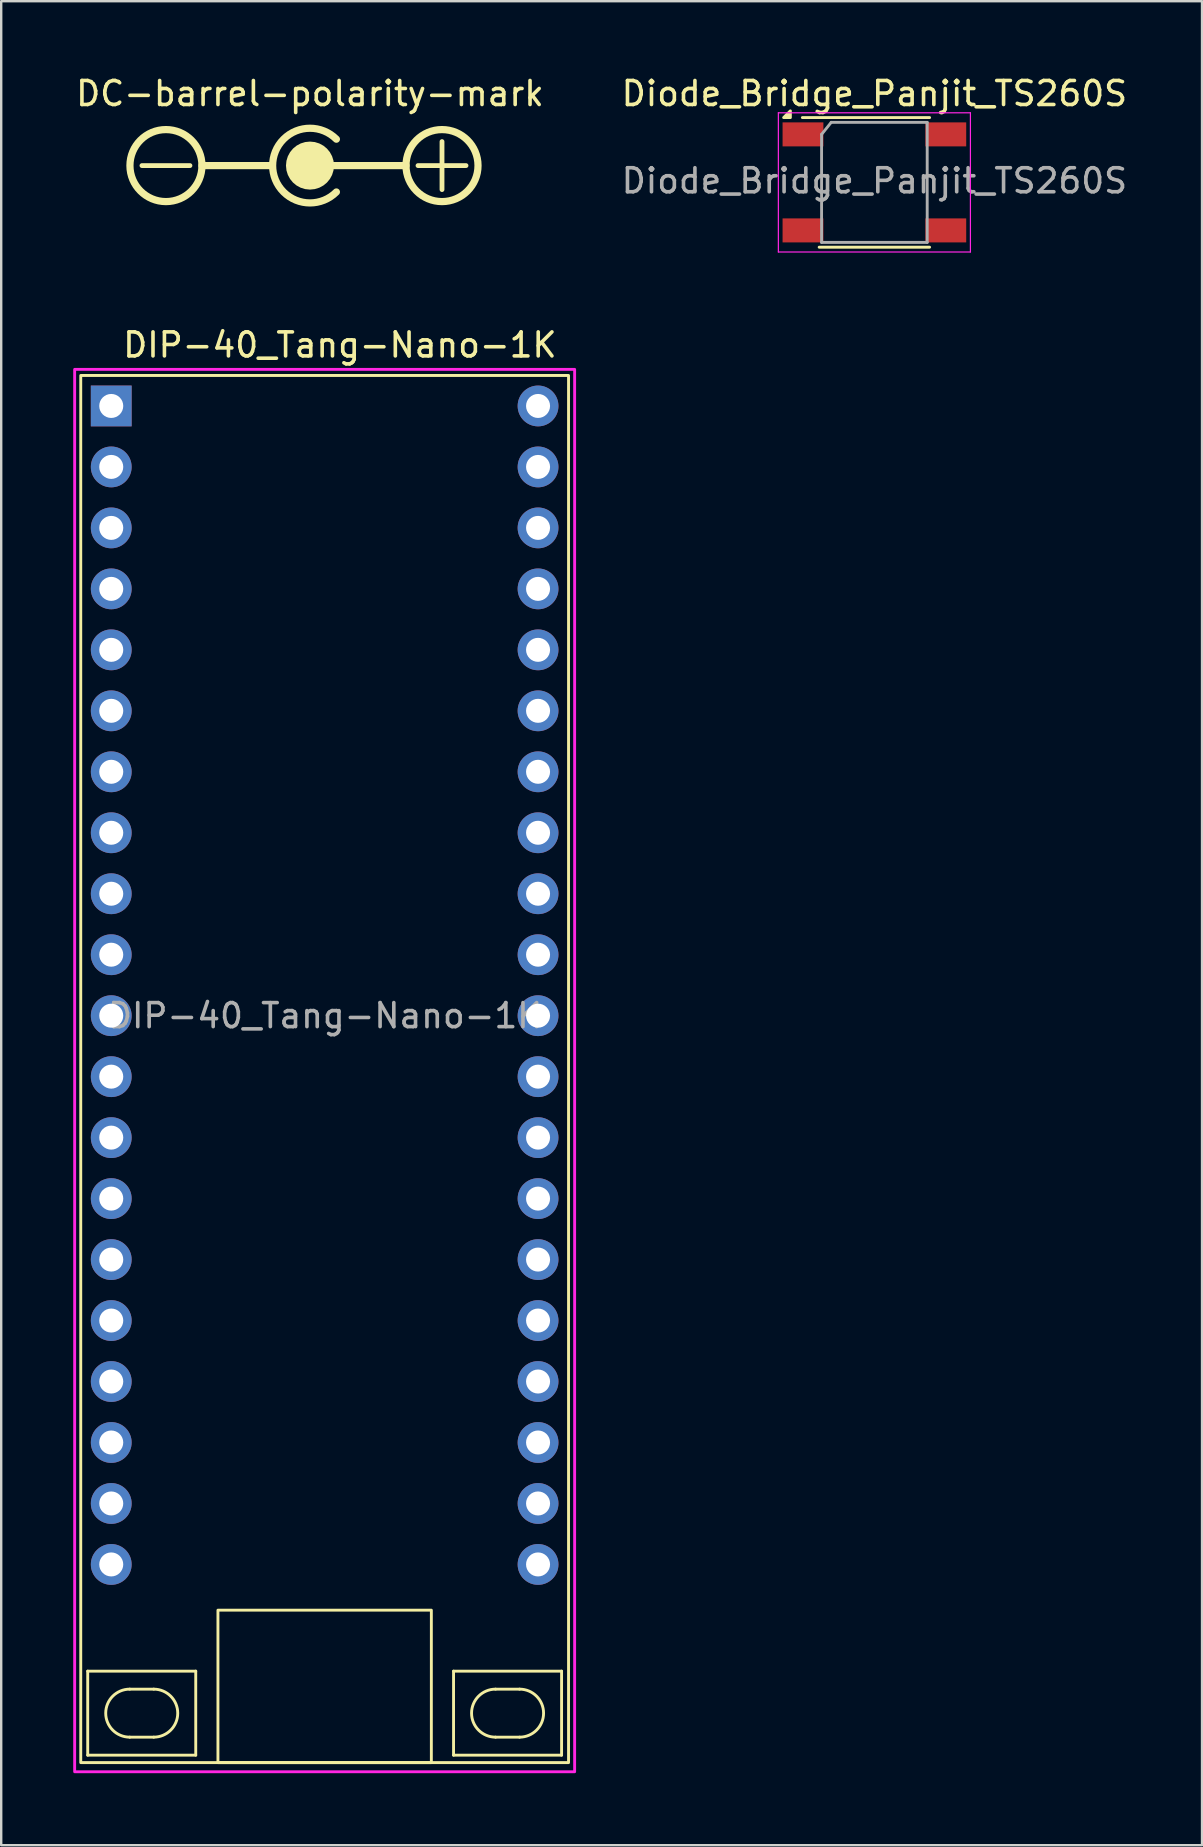
<source format=kicad_pcb>
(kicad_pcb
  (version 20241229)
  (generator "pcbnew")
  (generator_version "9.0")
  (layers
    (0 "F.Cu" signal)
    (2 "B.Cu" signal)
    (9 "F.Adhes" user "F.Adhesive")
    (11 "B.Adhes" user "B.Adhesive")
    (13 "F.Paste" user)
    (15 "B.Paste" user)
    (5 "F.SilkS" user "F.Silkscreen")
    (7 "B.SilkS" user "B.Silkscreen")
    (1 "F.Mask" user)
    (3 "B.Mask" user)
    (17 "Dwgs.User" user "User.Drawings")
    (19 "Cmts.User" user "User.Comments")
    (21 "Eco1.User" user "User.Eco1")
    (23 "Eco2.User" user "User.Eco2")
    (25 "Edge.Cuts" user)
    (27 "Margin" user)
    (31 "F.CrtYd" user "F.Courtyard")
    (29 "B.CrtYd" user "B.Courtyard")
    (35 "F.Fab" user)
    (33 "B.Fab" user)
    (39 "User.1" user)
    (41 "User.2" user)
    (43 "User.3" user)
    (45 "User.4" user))
  (footprint "Diode_Bridge_Panjit_TS260S"
    (layer "F.Cu")
    (at 33.375 4.548)
    (property "Reference" "Diode_Bridge_Panjit_TS260S" (at 0 -3.7 0) (layer "F.SilkS") (effects (font (size 1 1) (thickness 0.15))))
    (attr smd)
    (fp_line (start 2.3 -2.7) (end -3 -2.7) (stroke (width 0.12) (type solid)) (layer "F.SilkS"))
    (fp_line (start 2.3 2.7) (end -2.3 2.7) (stroke (width 0.12) (type solid)) (layer "F.SilkS"))
    (fp_poly (pts (xy -3.5 -2.7) (xy -3.78 -2.7) (xy -3.5 -2.98) (xy -3.5 -2.7)) (stroke (width 0.12) (type solid)) (fill yes) (layer "F.SilkS"))
    (fp_line (start -4 -2.9) (end -4 2.9) (stroke (width 0.05) (type solid)) (layer "F.CrtYd"))
    (fp_line (start -4 -2.9) (end 4 -2.9) (stroke (width 0.05) (type solid)) (layer "F.CrtYd"))
    (fp_line (start 4 2.9) (end -4 2.9) (stroke (width 0.05) (type solid)) (layer "F.CrtYd"))
    (fp_line (start 4 2.9) (end 4 -2.9) (stroke (width 0.05) (type solid)) (layer "F.CrtYd"))
    (fp_line (start -2.2 -2) (end -2.2 2.5) (stroke (width 0.12) (type solid)) (layer "F.Fab"))
    (fp_line (start -2.2 2.5) (end 2.2 2.5) (stroke (width 0.12) (type solid)) (layer "F.Fab"))
    (fp_line (start -1.8 -2.5) (end -2.2 -2) (stroke (width 0.12) (type solid)) (layer "F.Fab"))
    (fp_line (start 2.2 -2.5) (end -1.8 -2.5) (stroke (width 0.12) (type solid)) (layer "F.Fab"))
    (fp_line (start 2.2 2.5) (end 2.2 -2.5) (stroke (width 0.12) (type solid)) (layer "F.Fab"))
    (fp_text user "${REFERENCE}" (at 0 -0.065 0) (layer "F.Fab") (effects (font (size 1 1) (thickness 0.15))))
    (pad "1" smd rect (at -2.975 -2) (size 1.7 1) (layers "F.Cu" "F.Mask" "F.Paste"))
    (pad "2" smd rect (at -2.975 2) (size 1.7 1) (layers "F.Cu" "F.Mask" "F.Paste"))
    (pad "3" smd rect (at 2.975 2) (size 1.7 1) (layers "F.Cu" "F.Mask" "F.Paste"))
    (pad "4" smd rect (at 2.975 -2) (size 1.7 1) (layers "F.Cu" "F.Mask" "F.Paste")))
  (footprint "DC-barrel-polarity-mark"
    (layer "F.Cu")
    (at 9.863 3.848)
    (property "Reference" "DC-barrel-polarity-mark" (at 0 -3 0) (unlocked yes) (layer "F.SilkS") (effects (font (size 1 1) (thickness 0.15))))
    (attr smd)
    (fp_line (start -7 0) (end -5 0) (stroke (width 0.2) (type solid)) (layer "F.SilkS"))
    (fp_line (start -4.5 0) (end -1.6 0) (stroke (width 0.3) (type solid)) (layer "F.SilkS"))
    (fp_line (start 0 0) (end 4 0) (stroke (width 0.3) (type solid)) (layer "F.SilkS"))
    (fp_line (start 4.5 0) (end 6.5 0) (stroke (width 0.2) (type solid)) (layer "F.SilkS"))
    (fp_line (start 5.5 -1) (end 5.5 1) (stroke (width 0.2) (type solid)) (layer "F.SilkS"))
    (fp_arc (start 1.1 1.1) (mid -1.555635 0) (end 1.1 -1.1) (stroke (width 0.3) (type solid)) (layer "F.SilkS"))
    (fp_circle (center -6 0) (end -4.5 0) (stroke (width 0.3) (type solid)) (fill no) (layer "F.SilkS"))
    (fp_circle (center 0 0) (end 0.5 0) (stroke (width 1) (type solid)) (fill no) (layer "F.SilkS"))
    (fp_circle (center 5.5 0) (end 7 0) (stroke (width 0.3) (type solid)) (fill no) (layer "F.SilkS")))
  (footprint "DIP-40_Tang-Nano-1K"
    (layer "F.Cu")
    (at 1.584 13.861)
    (property "Reference" "DIP-40_Tang-Nano-1K" (at 9.525 -2.54 0) (layer "F.SilkS") (effects (font (size 1 1) (thickness 0.15))))
    (attr through_hole)
    (fp_line (start -0.98 52.705) (end -0.98 56.205) (stroke (width 0.12) (type solid)) (layer "F.SilkS"))
    (fp_line (start -0.98 56.205) (end 3.52 56.205) (stroke (width 0.12) (type solid)) (layer "F.SilkS"))
    (fp_line (start 0.77 53.455) (end 1.77 53.455) (stroke (width 0.12) (type solid)) (layer "F.SilkS"))
    (fp_line (start 1.77 55.455) (end 0.77 55.455) (stroke (width 0.12) (type solid)) (layer "F.SilkS"))
    (fp_line (start 3.52 52.705) (end -0.98 52.705) (stroke (width 0.12) (type solid)) (layer "F.SilkS"))
    (fp_line (start 3.52 56.205) (end 3.52 52.705) (stroke (width 0.12) (type solid)) (layer "F.SilkS"))
    (fp_line (start 14.26 52.705) (end 14.26 56.205) (stroke (width 0.12) (type solid)) (layer "F.SilkS"))
    (fp_line (start 14.26 56.205) (end 18.76 56.205) (stroke (width 0.12) (type solid)) (layer "F.SilkS"))
    (fp_line (start 16.01 53.455) (end 17.01 53.455) (stroke (width 0.12) (type solid)) (layer "F.SilkS"))
    (fp_line (start 17.01 55.455) (end 16.01 55.455) (stroke (width 0.12) (type solid)) (layer "F.SilkS"))
    (fp_line (start 18.76 52.705) (end 14.26 52.705) (stroke (width 0.12) (type solid)) (layer "F.SilkS"))
    (fp_line (start 18.76 56.205) (end 18.76 52.705) (stroke (width 0.12) (type solid)) (layer "F.SilkS"))
    (fp_rect (start -1.27 -1.27) (end 19.05 56.515) (stroke (width 0.12) (type default)) (fill no) (layer "F.SilkS"))
    (fp_rect (start 4.445 50.165) (end 13.335 56.515) (stroke (width 0.12) (type default)) (fill no) (layer "F.SilkS"))
    (fp_arc (start 0.77 55.455) (mid -0.23 54.455) (end 0.77 53.455) (stroke (width 0.12) (type solid)) (layer "F.SilkS"))
    (fp_arc (start 1.77 53.455) (mid 2.77 54.455) (end 1.77 55.455) (stroke (width 0.12) (type solid)) (layer "F.SilkS"))
    (fp_arc (start 16.01 55.455) (mid 15.01 54.455) (end 16.01 53.455) (stroke (width 0.12) (type solid)) (layer "F.SilkS"))
    (fp_arc (start 17.01 53.455) (mid 18.01 54.455) (end 17.01 55.455) (stroke (width 0.12) (type solid)) (layer "F.SilkS"))
    (fp_rect (start -1.524 -1.524) (end 19.304 56.896) (stroke (width 0.12) (type default)) (fill no) (layer "F.CrtYd"))
    (fp_text user "${REFERENCE}" (at 8.89 25.4 0) (layer "F.Fab") (effects (font (size 1 1) (thickness 0.15))))
    (pad "1" thru_hole rect (at 0 0) (size 1.7 1.7) (drill 1) (layers "*.Cu" "*.Mask"))
    (pad "2" thru_hole circle (at 0 2.54) (size 1.7 1.7) (drill 1) (layers "*.Cu" "*.Mask"))
    (pad "3" thru_hole circle (at 0 5.08) (size 1.7 1.7) (drill 1) (layers "*.Cu" "*.Mask"))
    (pad "4" thru_hole circle (at 0 7.62) (size 1.7 1.7) (drill 1) (layers "*.Cu" "*.Mask"))
    (pad "5" thru_hole circle (at 0 10.16) (size 1.7 1.7) (drill 1) (layers "*.Cu" "*.Mask"))
    (pad "6" thru_hole circle (at 0 12.7) (size 1.7 1.7) (drill 1) (layers "*.Cu" "*.Mask"))
    (pad "7" thru_hole circle (at 0 15.24) (size 1.7 1.7) (drill 1) (layers "*.Cu" "*.Mask"))
    (pad "8" thru_hole circle (at 0 17.78) (size 1.7 1.7) (drill 1) (layers "*.Cu" "*.Mask"))
    (pad "9" thru_hole circle (at 0 20.32) (size 1.7 1.7) (drill 1) (layers "*.Cu" "*.Mask"))
    (pad "10" thru_hole circle (at 0 22.86) (size 1.7 1.7) (drill 1) (layers "*.Cu" "*.Mask"))
    (pad "11" thru_hole circle (at 0 25.4) (size 1.7 1.7) (drill 1) (layers "*.Cu" "*.Mask"))
    (pad "12" thru_hole circle (at 0 27.94) (size 1.7 1.7) (drill 1) (layers "*.Cu" "*.Mask"))
    (pad "13" thru_hole circle (at 0 30.48) (size 1.7 1.7) (drill 1) (layers "*.Cu" "*.Mask"))
    (pad "14" thru_hole circle (at 0 33.02) (size 1.7 1.7) (drill 1) (layers "*.Cu" "*.Mask"))
    (pad "15" thru_hole circle (at 0 35.56) (size 1.7 1.7) (drill 1) (layers "*.Cu" "*.Mask"))
    (pad "16" thru_hole circle (at 0 38.1) (size 1.7 1.7) (drill 1) (layers "*.Cu" "*.Mask"))
    (pad "17" thru_hole circle (at 0 40.64) (size 1.7 1.7) (drill 1) (layers "*.Cu" "*.Mask"))
    (pad "18" thru_hole circle (at 0 43.18) (size 1.7 1.7) (drill 1) (layers "*.Cu" "*.Mask"))
    (pad "19" thru_hole circle (at 0 45.72) (size 1.7 1.7) (drill 1) (layers "*.Cu" "*.Mask"))
    (pad "20" thru_hole circle (at 0 48.26) (size 1.7 1.7) (drill 1) (layers "*.Cu" "*.Mask"))
    (pad "21" thru_hole circle (at 17.78 48.26) (size 1.7 1.7) (drill 1) (layers "*.Cu" "*.Mask"))
    (pad "22" thru_hole circle (at 17.78 45.72) (size 1.7 1.7) (drill 1) (layers "*.Cu" "*.Mask"))
    (pad "23" thru_hole circle (at 17.78 43.18) (size 1.7 1.7) (drill 1) (layers "*.Cu" "*.Mask"))
    (pad "24" thru_hole circle (at 17.78 40.64) (size 1.7 1.7) (drill 1) (layers "*.Cu" "*.Mask"))
    (pad "25" thru_hole circle (at 17.78 38.1) (size 1.7 1.7) (drill 1) (layers "*.Cu" "*.Mask"))
    (pad "26" thru_hole circle (at 17.78 35.56) (size 1.7 1.7) (drill 1) (layers "*.Cu" "*.Mask"))
    (pad "27" thru_hole circle (at 17.78 33.02) (size 1.7 1.7) (drill 1) (layers "*.Cu" "*.Mask"))
    (pad "28" thru_hole circle (at 17.78 30.48) (size 1.7 1.7) (drill 1) (layers "*.Cu" "*.Mask"))
    (pad "29" thru_hole circle (at 17.78 27.94) (size 1.7 1.7) (drill 1) (layers "*.Cu" "*.Mask"))
    (pad "30" thru_hole circle (at 17.78 25.4) (size 1.7 1.7) (drill 1) (layers "*.Cu" "*.Mask"))
    (pad "31" thru_hole circle (at 17.78 22.86) (size 1.7 1.7) (drill 1) (layers "*.Cu" "*.Mask"))
    (pad "32" thru_hole circle (at 17.78 20.32) (size 1.7 1.7) (drill 1) (layers "*.Cu" "*.Mask"))
    (pad "33" thru_hole circle (at 17.78 17.78) (size 1.7 1.7) (drill 1) (layers "*.Cu" "*.Mask"))
    (pad "34" thru_hole circle (at 17.78 15.24) (size 1.7 1.7) (drill 1) (layers "*.Cu" "*.Mask"))
    (pad "35" thru_hole circle (at 17.78 12.7) (size 1.7 1.7) (drill 1) (layers "*.Cu" "*.Mask"))
    (pad "36" thru_hole circle (at 17.78 10.16) (size 1.7 1.7) (drill 1) (layers "*.Cu" "*.Mask"))
    (pad "37" thru_hole circle (at 17.78 7.62) (size 1.7 1.7) (drill 1) (layers "*.Cu" "*.Mask"))
    (pad "38" thru_hole circle (at 17.78 5.08) (size 1.7 1.7) (drill 1) (layers "*.Cu" "*.Mask"))
    (pad "39" thru_hole circle (at 17.78 2.54) (size 1.7 1.7) (drill 1) (layers "*.Cu" "*.Mask"))
    (pad "40" thru_hole circle (at 17.78 0) (size 1.7 1.7) (drill 1) (layers "*.Cu" "*.Mask")))
  (gr_rect
    (start -3 -3)
    (end 47.024 73.817)
    (stroke (width 0.1) (type default))
    (fill no)
    (layer "Edge.Cuts")))
</source>
